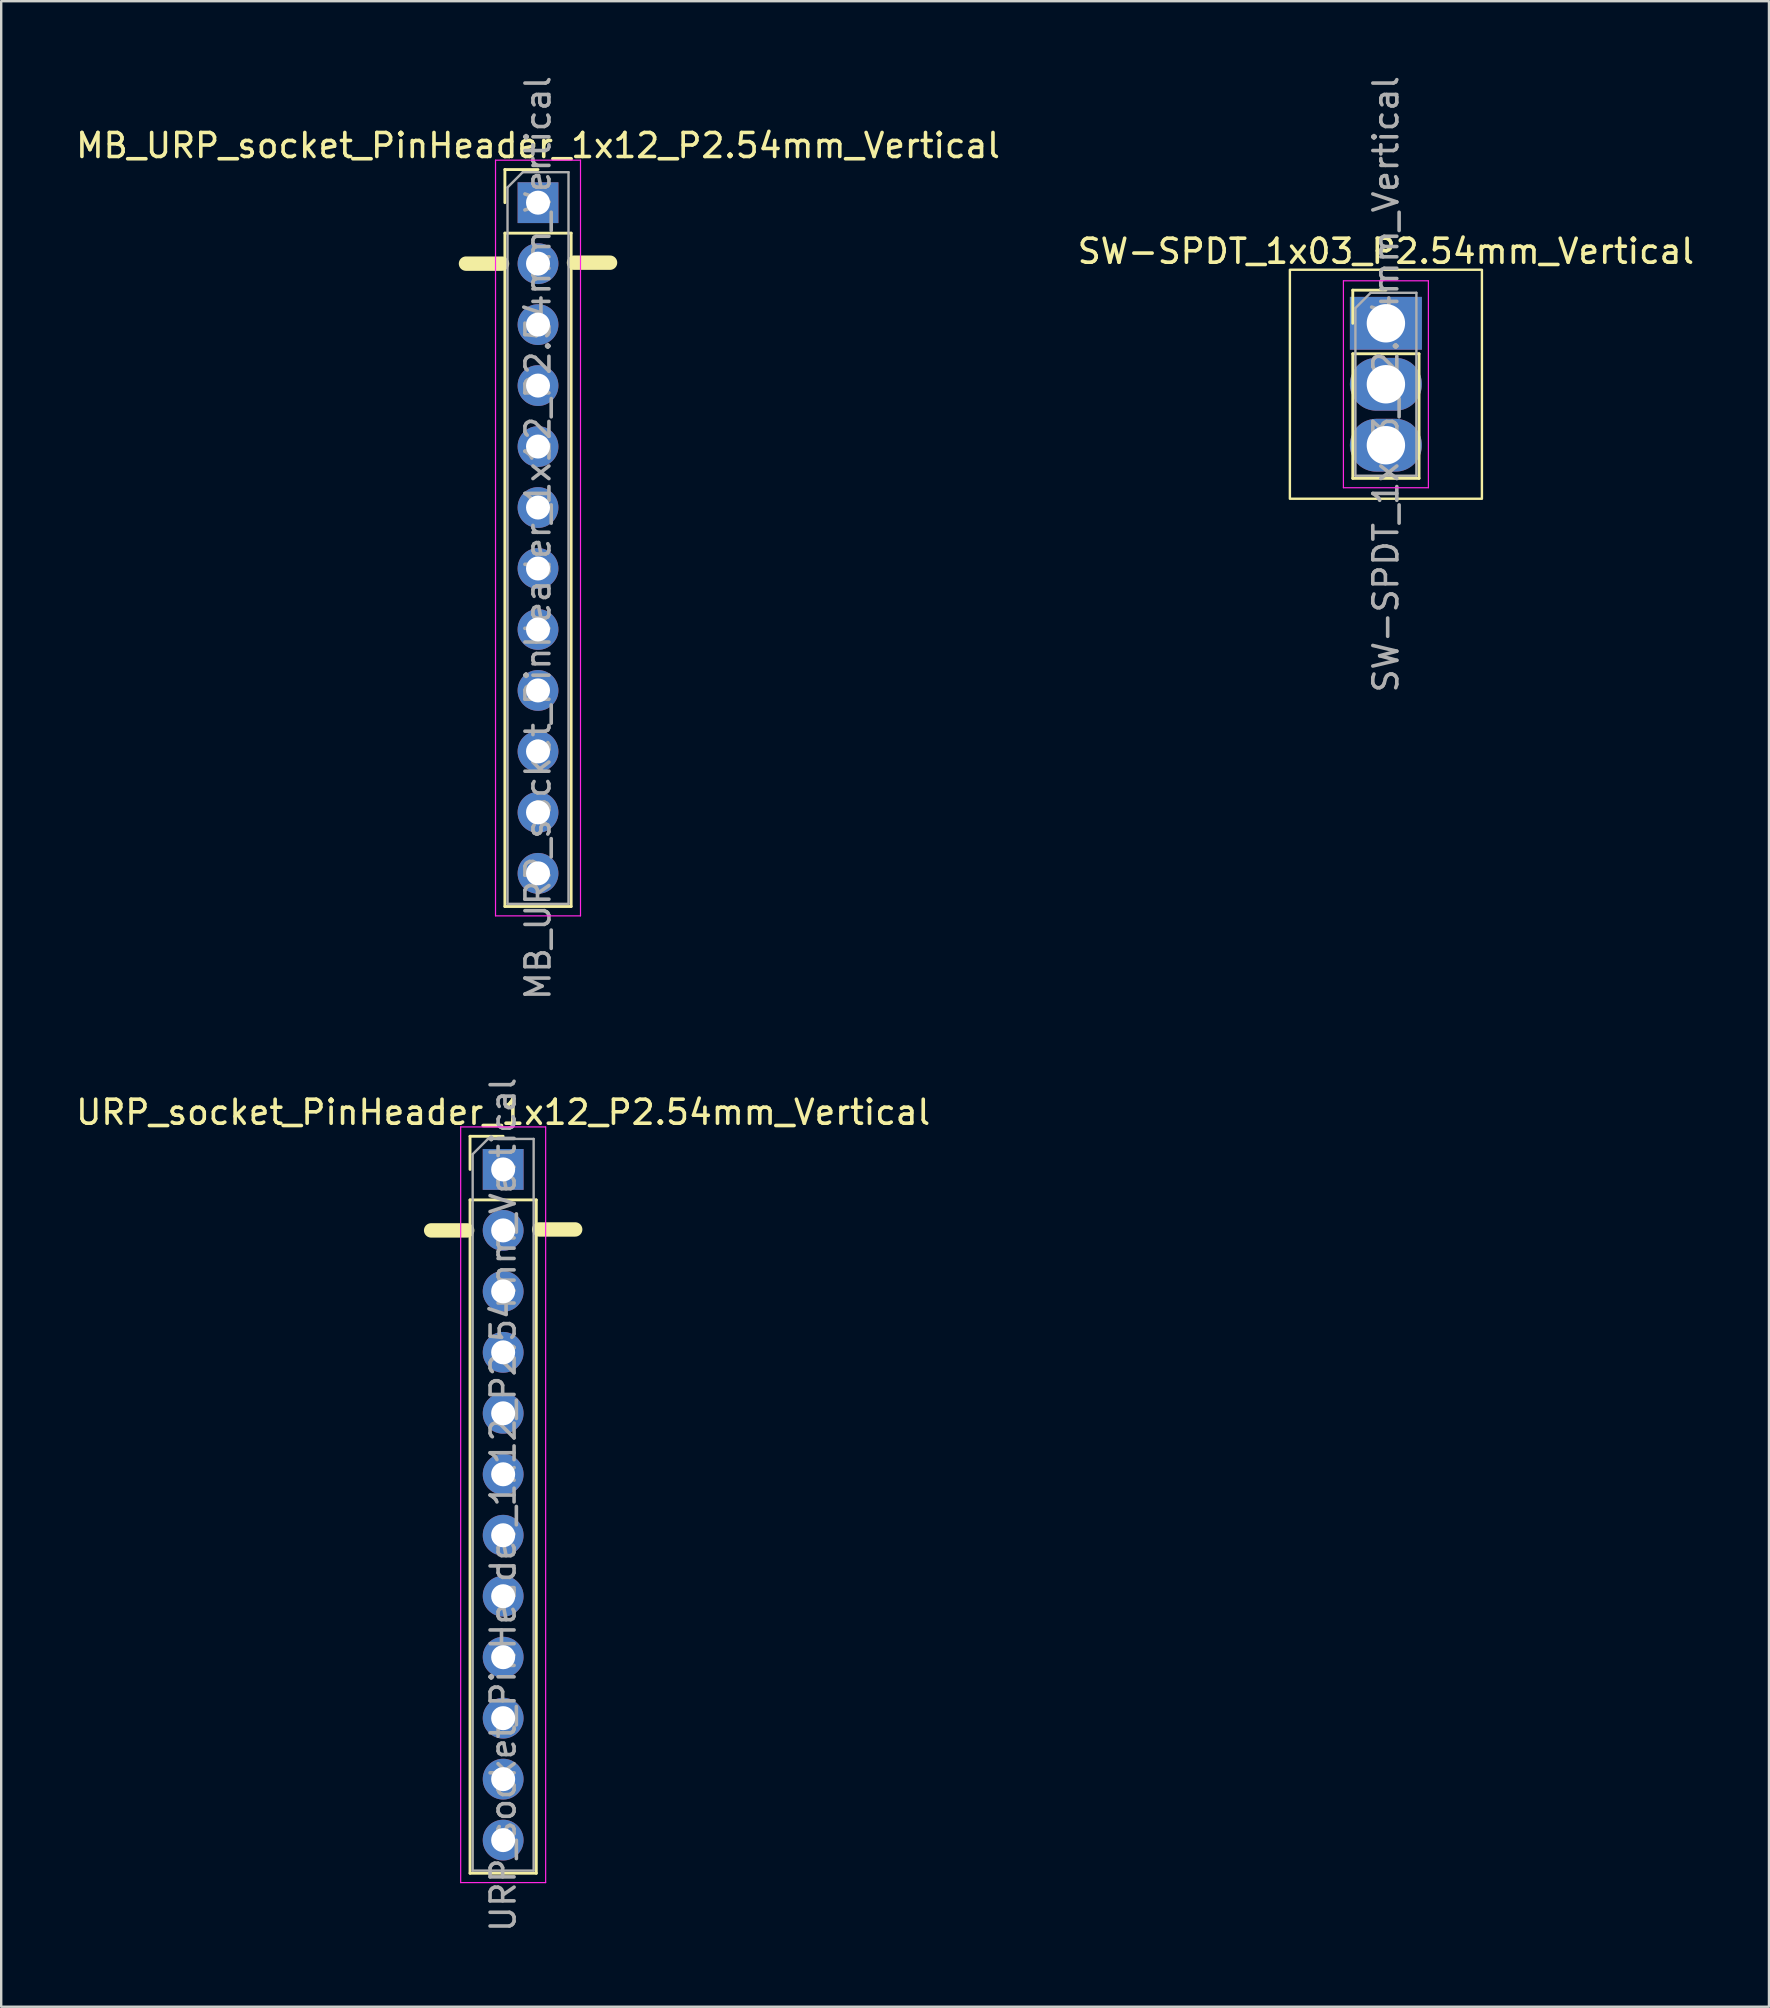
<source format=kicad_pcb>
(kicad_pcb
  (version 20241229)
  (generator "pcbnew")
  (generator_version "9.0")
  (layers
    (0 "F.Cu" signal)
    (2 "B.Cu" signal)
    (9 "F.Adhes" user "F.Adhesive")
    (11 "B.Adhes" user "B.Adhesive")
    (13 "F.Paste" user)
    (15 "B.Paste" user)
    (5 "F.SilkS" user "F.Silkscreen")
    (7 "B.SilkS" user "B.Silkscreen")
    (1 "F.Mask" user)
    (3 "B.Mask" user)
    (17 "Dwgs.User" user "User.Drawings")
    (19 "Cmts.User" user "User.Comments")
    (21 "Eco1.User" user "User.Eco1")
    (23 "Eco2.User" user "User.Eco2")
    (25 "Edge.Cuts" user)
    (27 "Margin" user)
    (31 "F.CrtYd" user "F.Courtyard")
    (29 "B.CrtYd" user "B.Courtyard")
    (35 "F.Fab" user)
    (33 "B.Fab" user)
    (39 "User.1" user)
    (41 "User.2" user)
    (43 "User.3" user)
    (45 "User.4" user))
  (footprint "MB_URP_socket_PinHeader_1x12_P2.54mm_Vertical"
    (layer "F.Cu")
    (at 19.363 5.393)
    (property "Reference" "MB_URP_socket_PinHeader_1x12_P2.54mm_Vertical" (at 0 -2.38 0) (layer "F.SilkS") (effects (font (size 1 1) (thickness 0.15))))
    (attr through_hole)
    (fp_line (start -1.5 2.54) (end -3 2.54) (stroke (width 0.6) (type solid)) (layer "F.SilkS"))
    (fp_line (start -1.38 -1.38) (end 0 -1.38) (stroke (width 0.12) (type solid)) (layer "F.SilkS"))
    (fp_line (start -1.38 0) (end -1.38 -1.38) (stroke (width 0.12) (type solid)) (layer "F.SilkS"))
    (fp_line (start -1.38 1.27) (end -1.38 29.32) (stroke (width 0.12) (type solid)) (layer "F.SilkS"))
    (fp_line (start -1.38 1.27) (end 1.38 1.27) (stroke (width 0.12) (type solid)) (layer "F.SilkS"))
    (fp_line (start -1.38 29.32) (end 1.38 29.32) (stroke (width 0.12) (type solid)) (layer "F.SilkS"))
    (fp_line (start 1.38 1.27) (end 1.38 29.32) (stroke (width 0.12) (type solid)) (layer "F.SilkS"))
    (fp_line (start 3 2.5) (end 1.5 2.5) (stroke (width 0.6) (type solid)) (layer "F.SilkS"))
    (fp_line (start -1.77 -1.77) (end -1.77 29.71) (stroke (width 0.05) (type solid)) (layer "F.CrtYd"))
    (fp_line (start -1.77 29.71) (end 1.77 29.71) (stroke (width 0.05) (type solid)) (layer "F.CrtYd"))
    (fp_line (start 1.77 -1.77) (end -1.77 -1.77) (stroke (width 0.05) (type solid)) (layer "F.CrtYd"))
    (fp_line (start 1.77 29.71) (end 1.77 -1.77) (stroke (width 0.05) (type solid)) (layer "F.CrtYd"))
    (fp_line (start -1.27 -0.635) (end -0.635 -1.27) (stroke (width 0.1) (type solid)) (layer "F.Fab"))
    (fp_line (start -1.27 29.21) (end -1.27 -0.635) (stroke (width 0.1) (type solid)) (layer "F.Fab"))
    (fp_line (start -0.635 -1.27) (end 1.27 -1.27) (stroke (width 0.1) (type solid)) (layer "F.Fab"))
    (fp_line (start 1.27 -1.27) (end 1.27 29.21) (stroke (width 0.1) (type solid)) (layer "F.Fab"))
    (fp_line (start 1.27 29.21) (end -1.27 29.21) (stroke (width 0.1) (type solid)) (layer "F.Fab"))
    (fp_text user "${REFERENCE}" (at 0 13.97 90) (layer "F.Fab") (effects (font (size 1 1) (thickness 0.15))))
    (pad "1" thru_hole rect (at 0 0) (size 1.7 1.7) (drill 1) (layers "*.Cu" "*.Mask"))
    (pad "2" thru_hole circle (at 0 2.54) (size 1.7 1.7) (drill 1) (layers "*.Cu" "*.Mask"))
    (pad "3" thru_hole circle (at 0 5.08) (size 1.7 1.7) (drill 1) (layers "*.Cu" "*.Mask"))
    (pad "4" thru_hole circle (at 0 7.62) (size 1.7 1.7) (drill 1) (layers "*.Cu" "*.Mask"))
    (pad "5" thru_hole circle (at 0 10.16) (size 1.7 1.7) (drill 1) (layers "*.Cu" "*.Mask"))
    (pad "6" thru_hole circle (at 0 12.7) (size 1.7 1.7) (drill 1) (layers "*.Cu" "*.Mask"))
    (pad "7" thru_hole circle (at 0 15.24) (size 1.7 1.7) (drill 1) (layers "*.Cu" "*.Mask"))
    (pad "8" thru_hole circle (at 0 17.78) (size 1.7 1.7) (drill 1) (layers "*.Cu" "*.Mask"))
    (pad "9" thru_hole circle (at 0 20.32) (size 1.7 1.7) (drill 1) (layers "*.Cu" "*.Mask"))
    (pad "10" thru_hole circle (at 0 22.86) (size 1.7 1.7) (drill 1) (layers "*.Cu" "*.Mask"))
    (pad "11" thru_hole circle (at 0 25.4) (size 1.7 1.7) (drill 1) (layers "*.Cu" "*.Mask"))
    (pad "12" thru_hole circle (at 0 27.94) (size 1.7 1.7) (drill 1) (layers "*.Cu" "*.Mask")))
  (footprint "SW-SPDT_1x03_P2.54mm_Vertical"
    (layer "F.Cu")
    (at 54.685 10.418)
    (property "Reference" "SW-SPDT_1x03_P2.54mm_Vertical" (at 0 -3 0) (layer "F.SilkS") (effects (font (size 1 1) (thickness 0.15))))
    (attr through_hole)
    (fp_line (start -1.38 -1.38) (end 0 -1.38) (stroke (width 0.12) (type solid)) (layer "F.SilkS"))
    (fp_line (start -1.38 0) (end -1.38 -1.38) (stroke (width 0.12) (type solid)) (layer "F.SilkS"))
    (fp_line (start -1.38 1.27) (end -1.38 6.46) (stroke (width 0.12) (type solid)) (layer "F.SilkS"))
    (fp_line (start -1.38 1.27) (end 1.38 1.27) (stroke (width 0.12) (type solid)) (layer "F.SilkS"))
    (fp_line (start -1.38 6.46) (end 1.38 6.46) (stroke (width 0.12) (type solid)) (layer "F.SilkS"))
    (fp_line (start 1.38 1.27) (end 1.38 6.46) (stroke (width 0.12) (type solid)) (layer "F.SilkS"))
    (fp_rect (start -4 -2.23) (end 4 7.31) (stroke (width 0.1) (type solid)) (fill no) (layer "F.SilkS"))
    (fp_line (start -1.77 -1.77) (end -1.77 6.85) (stroke (width 0.05) (type solid)) (layer "F.CrtYd"))
    (fp_line (start -1.77 6.85) (end 1.77 6.85) (stroke (width 0.05) (type solid)) (layer "F.CrtYd"))
    (fp_line (start 1.77 -1.77) (end -1.77 -1.77) (stroke (width 0.05) (type solid)) (layer "F.CrtYd"))
    (fp_line (start 1.77 6.85) (end 1.77 -1.77) (stroke (width 0.05) (type solid)) (layer "F.CrtYd"))
    (fp_line (start -1.27 -0.635) (end -0.635 -1.27) (stroke (width 0.1) (type solid)) (layer "F.Fab"))
    (fp_line (start -1.27 6.35) (end -1.27 -0.635) (stroke (width 0.1) (type solid)) (layer "F.Fab"))
    (fp_line (start -0.635 -1.27) (end 1.27 -1.27) (stroke (width 0.1) (type solid)) (layer "F.Fab"))
    (fp_line (start 1.27 -1.27) (end 1.27 6.35) (stroke (width 0.1) (type solid)) (layer "F.Fab"))
    (fp_line (start 1.27 6.35) (end -1.27 6.35) (stroke (width 0.1) (type solid)) (layer "F.Fab"))
    (fp_text user "${REFERENCE}" (at 0 2.54 90) (layer "F.Fab") (effects (font (size 1 1) (thickness 0.15))))
    (pad "1" thru_hole rect (at 0 0) (size 3 2.2) (drill 1.6) (layers "*.Cu" "*.Mask"))
    (pad "2" thru_hole oval (at 0 2.54) (size 3 2.2) (drill 1.6) (layers "*.Cu" "*.Mask"))
    (pad "3" thru_hole oval (at 0 5.08) (size 3 2.2) (drill 1.6) (layers "*.Cu" "*.Mask")))
  (footprint "URP_socket_PinHeader_1x12_P2.54mm_Vertical"
    (layer "F.Cu")
    (at 17.911 45.667)
    (property "Reference" "URP_socket_PinHeader_1x12_P2.54mm_Vertical" (at 0 -2.38 0) (layer "F.SilkS") (effects (font (size 1 1) (thickness 0.15))))
    (attr through_hole)
    (fp_line (start -1.5 2.54) (end -3 2.54) (stroke (width 0.6) (type solid)) (layer "F.SilkS"))
    (fp_line (start -1.38 -1.38) (end 0 -1.38) (stroke (width 0.12) (type solid)) (layer "F.SilkS"))
    (fp_line (start -1.38 0) (end -1.38 -1.38) (stroke (width 0.12) (type solid)) (layer "F.SilkS"))
    (fp_line (start -1.38 1.27) (end -1.38 29.32) (stroke (width 0.12) (type solid)) (layer "F.SilkS"))
    (fp_line (start -1.38 1.27) (end 1.38 1.27) (stroke (width 0.12) (type solid)) (layer "F.SilkS"))
    (fp_line (start -1.38 29.32) (end 1.38 29.32) (stroke (width 0.12) (type solid)) (layer "F.SilkS"))
    (fp_line (start 1.38 1.27) (end 1.38 29.32) (stroke (width 0.12) (type solid)) (layer "F.SilkS"))
    (fp_line (start 3 2.5) (end 1.5 2.5) (stroke (width 0.6) (type solid)) (layer "F.SilkS"))
    (fp_line (start -1.77 -1.77) (end -1.77 29.71) (stroke (width 0.05) (type solid)) (layer "F.CrtYd"))
    (fp_line (start -1.77 29.71) (end 1.77 29.71) (stroke (width 0.05) (type solid)) (layer "F.CrtYd"))
    (fp_line (start 1.77 -1.77) (end -1.77 -1.77) (stroke (width 0.05) (type solid)) (layer "F.CrtYd"))
    (fp_line (start 1.77 29.71) (end 1.77 -1.77) (stroke (width 0.05) (type solid)) (layer "F.CrtYd"))
    (fp_line (start -1.27 -0.635) (end -0.635 -1.27) (stroke (width 0.1) (type solid)) (layer "F.Fab"))
    (fp_line (start -1.27 29.21) (end -1.27 -0.635) (stroke (width 0.1) (type solid)) (layer "F.Fab"))
    (fp_line (start -0.635 -1.27) (end 1.27 -1.27) (stroke (width 0.1) (type solid)) (layer "F.Fab"))
    (fp_line (start 1.27 -1.27) (end 1.27 29.21) (stroke (width 0.1) (type solid)) (layer "F.Fab"))
    (fp_line (start 1.27 29.21) (end -1.27 29.21) (stroke (width 0.1) (type solid)) (layer "F.Fab"))
    (fp_text user "${REFERENCE}" (at 0 13.97 90) (layer "F.Fab") (effects (font (size 1 1) (thickness 0.15))))
    (pad "1" thru_hole rect (at 0 0) (size 1.7 1.7) (drill 1) (layers "*.Cu" "*.Mask"))
    (pad "2" thru_hole circle (at 0 2.54) (size 1.7 1.7) (drill 1) (layers "*.Cu" "*.Mask"))
    (pad "3" thru_hole circle (at 0 5.08) (size 1.7 1.7) (drill 1) (layers "*.Cu" "*.Mask"))
    (pad "4" thru_hole circle (at 0 7.62) (size 1.7 1.7) (drill 1) (layers "*.Cu" "*.Mask"))
    (pad "5" thru_hole circle (at 0 10.16) (size 1.7 1.7) (drill 1) (layers "*.Cu" "*.Mask"))
    (pad "6" thru_hole circle (at 0 12.7) (size 1.7 1.7) (drill 1) (layers "*.Cu" "*.Mask"))
    (pad "7" thru_hole circle (at 0 15.24) (size 1.7 1.7) (drill 1) (layers "*.Cu" "*.Mask"))
    (pad "8" thru_hole circle (at 0 17.78) (size 1.7 1.7) (drill 1) (layers "*.Cu" "*.Mask"))
    (pad "9" thru_hole circle (at 0 20.32) (size 1.7 1.7) (drill 1) (layers "*.Cu" "*.Mask"))
    (pad "10" thru_hole circle (at 0 22.86) (size 1.7 1.7) (drill 1) (layers "*.Cu" "*.Mask"))
    (pad "11" thru_hole circle (at 0 25.4) (size 1.7 1.7) (drill 1) (layers "*.Cu" "*.Mask"))
    (pad "12" thru_hole circle (at 0 27.94) (size 1.7 1.7) (drill 1) (layers "*.Cu" "*.Mask")))
  (gr_rect
    (start -3 -3)
    (end 70.643 80.548)
    (stroke (width 0.1) (type default))
    (fill no)
    (layer "Edge.Cuts")))
</source>
